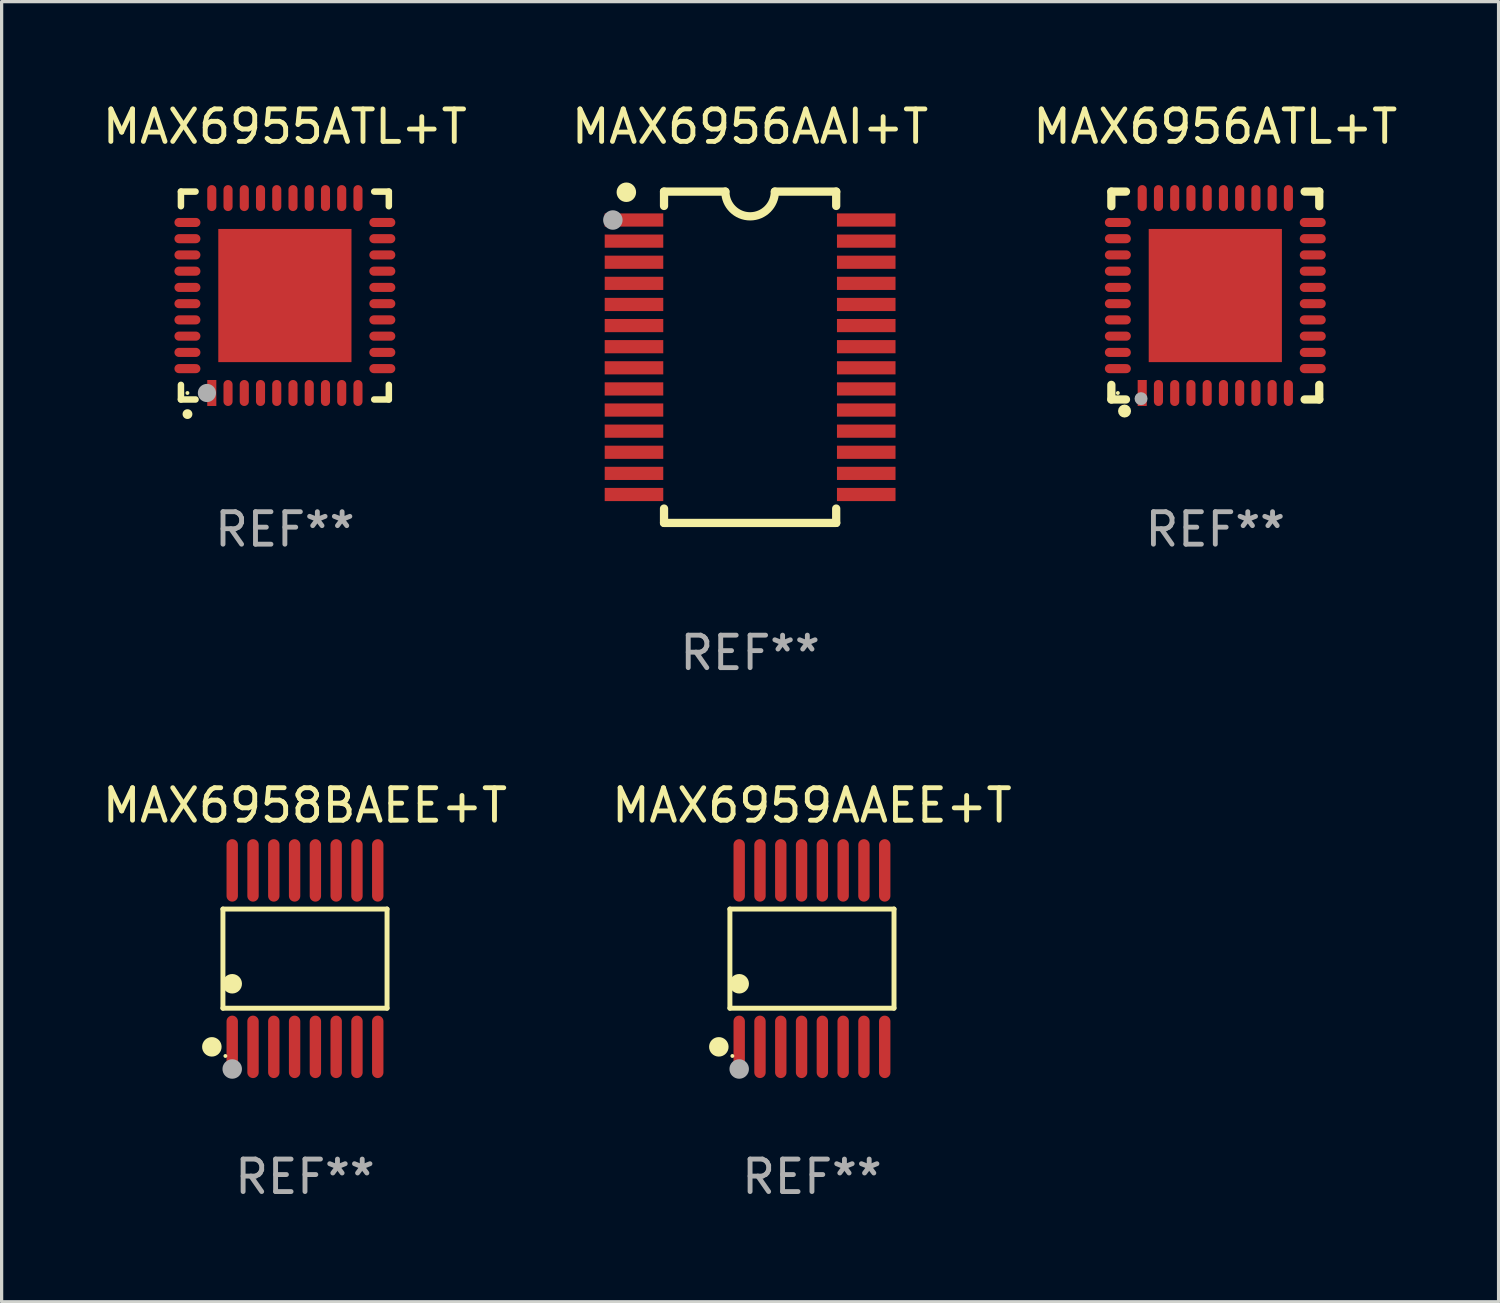
<source format=kicad_pcb>
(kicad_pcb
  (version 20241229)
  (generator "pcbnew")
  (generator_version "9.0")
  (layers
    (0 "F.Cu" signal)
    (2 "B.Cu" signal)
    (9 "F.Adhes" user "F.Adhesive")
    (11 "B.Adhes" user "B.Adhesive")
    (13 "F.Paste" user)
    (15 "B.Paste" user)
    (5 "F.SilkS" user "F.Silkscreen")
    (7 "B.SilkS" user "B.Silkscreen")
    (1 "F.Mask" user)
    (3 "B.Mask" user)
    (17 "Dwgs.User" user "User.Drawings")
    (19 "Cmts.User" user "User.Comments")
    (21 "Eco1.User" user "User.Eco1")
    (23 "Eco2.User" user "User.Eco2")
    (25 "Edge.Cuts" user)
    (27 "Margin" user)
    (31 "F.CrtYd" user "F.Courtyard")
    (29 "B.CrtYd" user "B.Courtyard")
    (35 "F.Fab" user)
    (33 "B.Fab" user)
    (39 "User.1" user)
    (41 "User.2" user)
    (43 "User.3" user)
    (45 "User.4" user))
  (footprint "MAX6955ATL+T"
    (layer "F.Cu")
    (at 5.72 6.048)
    (property "Reference" "MAX6955ATL+T" (at 0 -5.2 0) (layer "F.SilkS") (effects (font (size 1 1) (thickness 0.15))))
    (attr through_hole)
    (fp_line (start -3.2 -3.2) (end -3.2 -2.75) (stroke (width 0.2) (type solid)) (layer "F.SilkS"))
    (fp_line (start -3.2 3.2) (end -3.2 2.75) (stroke (width 0.2) (type solid)) (layer "F.SilkS"))
    (fp_line (start -2.75 -3.2) (end -3.2 -3.2) (stroke (width 0.2) (type solid)) (layer "F.SilkS"))
    (fp_line (start -2.75 3.2) (end -3.2 3.2) (stroke (width 0.2) (type solid)) (layer "F.SilkS"))
    (fp_line (start 3.2 -3.2) (end 2.75 -3.2) (stroke (width 0.2) (type solid)) (layer "F.SilkS"))
    (fp_line (start 3.2 -2.75) (end 3.2 -3.2) (stroke (width 0.2) (type solid)) (layer "F.SilkS"))
    (fp_line (start 3.2 2.75) (end 3.2 3.2) (stroke (width 0.2) (type solid)) (layer "F.SilkS"))
    (fp_line (start 3.2 3.2) (end 2.75 3.2) (stroke (width 0.2) (type solid)) (layer "F.SilkS"))
    (fp_arc (start -2.999746 3.649987) (mid -2.998476 3.649982) (end -2.997206 3.649987) (stroke (width 0.3) (type solid)) (layer "F.SilkS"))
    (fp_circle (center -3 3) (end -2.97 3) (stroke (width 0.06) (type solid)) (fill no) (layer "F.SilkS"))
    (fp_circle (center -2.4 3) (end -2.26 3) (stroke (width 0.28) (type solid)) (fill no) (layer "F.Fab"))
    (fp_text user "REF**" (at 0 7.2 0) (layer "F.Fab") (effects (font (size 1 1) (thickness 0.15))))
    (pad "1" smd rect (at -2.25 3) (size 0.28 0.8) (layers "F.Cu" "F.Mask" "F.Paste"))
    (pad "2" smd oval (at -1.75 3) (size 0.28 0.8) (layers "F.Cu" "F.Mask" "F.Paste"))
    (pad "3" smd oval (at -1.25 3) (size 0.28 0.8) (layers "F.Cu" "F.Mask" "F.Paste"))
    (pad "4" smd oval (at -0.75 3) (size 0.28 0.8) (layers "F.Cu" "F.Mask" "F.Paste"))
    (pad "5" smd oval (at -0.25 3) (size 0.28 0.8) (layers "F.Cu" "F.Mask" "F.Paste"))
    (pad "6" smd oval (at 0.25 3) (size 0.28 0.8) (layers "F.Cu" "F.Mask" "F.Paste"))
    (pad "7" smd oval (at 0.75 3) (size 0.28 0.8) (layers "F.Cu" "F.Mask" "F.Paste"))
    (pad "8" smd oval (at 1.25 3) (size 0.28 0.8) (layers "F.Cu" "F.Mask" "F.Paste"))
    (pad "9" smd oval (at 1.75 3) (size 0.28 0.8) (layers "F.Cu" "F.Mask" "F.Paste"))
    (pad "10" smd oval (at 2.25 3) (size 0.28 0.8) (layers "F.Cu" "F.Mask" "F.Paste"))
    (pad "11" smd oval (at 3 2.25) (size 0.8 0.28) (layers "F.Cu" "F.Mask" "F.Paste"))
    (pad "12" smd oval (at 3 1.75) (size 0.8 0.28) (layers "F.Cu" "F.Mask" "F.Paste"))
    (pad "13" smd oval (at 3 1.25) (size 0.8 0.28) (layers "F.Cu" "F.Mask" "F.Paste"))
    (pad "14" smd oval (at 3 0.75) (size 0.8 0.28) (layers "F.Cu" "F.Mask" "F.Paste"))
    (pad "15" smd oval (at 3 0.25) (size 0.8 0.28) (layers "F.Cu" "F.Mask" "F.Paste"))
    (pad "16" smd oval (at 3 -0.25) (size 0.8 0.28) (layers "F.Cu" "F.Mask" "F.Paste"))
    (pad "17" smd oval (at 3 -0.75) (size 0.8 0.28) (layers "F.Cu" "F.Mask" "F.Paste"))
    (pad "18" smd oval (at 3 -1.25) (size 0.8 0.28) (layers "F.Cu" "F.Mask" "F.Paste"))
    (pad "19" smd oval (at 3 -1.75) (size 0.8 0.28) (layers "F.Cu" "F.Mask" "F.Paste"))
    (pad "20" smd oval (at 3 -2.25) (size 0.8 0.28) (layers "F.Cu" "F.Mask" "F.Paste"))
    (pad "21" smd oval (at 2.25 -3) (size 0.28 0.8) (layers "F.Cu" "F.Mask" "F.Paste"))
    (pad "22" smd oval (at 1.75 -3) (size 0.28 0.8) (layers "F.Cu" "F.Mask" "F.Paste"))
    (pad "23" smd oval (at 1.25 -3) (size 0.28 0.8) (layers "F.Cu" "F.Mask" "F.Paste"))
    (pad "24" smd oval (at 0.75 -3) (size 0.28 0.8) (layers "F.Cu" "F.Mask" "F.Paste"))
    (pad "25" smd oval (at 0.25 -3) (size 0.28 0.8) (layers "F.Cu" "F.Mask" "F.Paste"))
    (pad "26" smd oval (at -0.25 -3) (size 0.28 0.8) (layers "F.Cu" "F.Mask" "F.Paste"))
    (pad "27" smd oval (at -0.75 -3) (size 0.28 0.8) (layers "F.Cu" "F.Mask" "F.Paste"))
    (pad "28" smd oval (at -1.25 -3) (size 0.28 0.8) (layers "F.Cu" "F.Mask" "F.Paste"))
    (pad "29" smd oval (at -1.75 -3) (size 0.28 0.8) (layers "F.Cu" "F.Mask" "F.Paste"))
    (pad "30" smd oval (at -2.25 -3) (size 0.28 0.8) (layers "F.Cu" "F.Mask" "F.Paste"))
    (pad "31" smd oval (at -3 -2.25) (size 0.8 0.28) (layers "F.Cu" "F.Mask" "F.Paste"))
    (pad "32" smd oval (at -3 -1.75) (size 0.8 0.28) (layers "F.Cu" "F.Mask" "F.Paste"))
    (pad "33" smd oval (at -3 -1.25) (size 0.8 0.28) (layers "F.Cu" "F.Mask" "F.Paste"))
    (pad "34" smd oval (at -3 -0.75) (size 0.8 0.28) (layers "F.Cu" "F.Mask" "F.Paste"))
    (pad "35" smd oval (at -3 -0.25) (size 0.8 0.28) (layers "F.Cu" "F.Mask" "F.Paste"))
    (pad "36" smd oval (at -3 0.25) (size 0.8 0.28) (layers "F.Cu" "F.Mask" "F.Paste"))
    (pad "37" smd oval (at -3 0.75) (size 0.8 0.28) (layers "F.Cu" "F.Mask" "F.Paste"))
    (pad "38" smd oval (at -3 1.25) (size 0.8 0.28) (layers "F.Cu" "F.Mask" "F.Paste"))
    (pad "39" smd oval (at -3 1.75) (size 0.8 0.28) (layers "F.Cu" "F.Mask" "F.Paste"))
    (pad "40" smd oval (at -3 2.25) (size 0.8 0.28) (layers "F.Cu" "F.Mask" "F.Paste"))
    (pad "41" smd rect (at 0.000051 0.000051) (size 4.1 4.1) (layers "F.Cu" "F.Mask" "F.Paste")))
  (footprint "MAX6956AAI+T"
    (layer "F.Cu")
    (at 20.042 7.948)
    (property "Reference" "MAX6956AAI+T" (at 0 -7.1 0) (layer "F.SilkS") (effects (font (size 1 1) (thickness 0.15))))
    (attr through_hole)
    (fp_line (start -2.65 -5.1) (end -0.762 -5.1) (stroke (width 0.254) (type solid)) (layer "F.SilkS"))
    (fp_line (start -2.65 -4.658) (end -2.65 -5.1) (stroke (width 0.254) (type solid)) (layer "F.SilkS"))
    (fp_line (start -2.65 5.1) (end -2.65 4.658) (stroke (width 0.254) (type solid)) (layer "F.SilkS"))
    (fp_line (start -2.65 5.1) (end 2.65 5.1) (stroke (width 0.254) (type solid)) (layer "F.SilkS"))
    (fp_line (start 2.65 -5.1) (end 0.762 -5.1) (stroke (width 0.254) (type solid)) (layer "F.SilkS"))
    (fp_line (start 2.65 -5.1) (end 2.65 -4.658) (stroke (width 0.254) (type solid)) (layer "F.SilkS"))
    (fp_line (start 2.65 4.658) (end 2.65 5.1) (stroke (width 0.254) (type solid)) (layer "F.SilkS"))
    (fp_arc (start 0.761925 -5.1) (mid -0.000241 -4.338329) (end -0.762077 -5.10033) (stroke (width 0.254001) (type solid)) (layer "F.SilkS"))
    (fp_circle (center -3.858 -5.07) (end -3.828 -5.07) (stroke (width 0.06) (type solid)) (fill no) (layer "F.SilkS"))
    (fp_circle (center -3.81 -5.08) (end -3.66 -5.08) (stroke (width 0.3) (type solid)) (fill no) (layer "F.SilkS"))
    (fp_circle (center -4.225 -4.225) (end -4.075 -4.225) (stroke (width 0.3) (type solid)) (fill no) (layer "F.Fab"))
    (fp_text user "REF**" (at 0 9.1 0) (layer "F.Fab") (effects (font (size 1 1) (thickness 0.15))))
    (pad "1" smd rect (at -3.575 -4.225) (size 1.803 0.406) (layers "F.Cu" "F.Mask" "F.Paste"))
    (pad "2" smd rect (at -3.575 -3.575) (size 1.803 0.406) (layers "F.Cu" "F.Mask" "F.Paste"))
    (pad "3" smd rect (at -3.575 -2.925) (size 1.803 0.406) (layers "F.Cu" "F.Mask" "F.Paste"))
    (pad "4" smd rect (at -3.575 -2.275) (size 1.803 0.406) (layers "F.Cu" "F.Mask" "F.Paste"))
    (pad "5" smd rect (at -3.575 -1.625) (size 1.803 0.406) (layers "F.Cu" "F.Mask" "F.Paste"))
    (pad "6" smd rect (at -3.575 -0.975) (size 1.803 0.406) (layers "F.Cu" "F.Mask" "F.Paste"))
    (pad "7" smd rect (at -3.575 -0.325) (size 1.803 0.406) (layers "F.Cu" "F.Mask" "F.Paste"))
    (pad "8" smd rect (at -3.575 0.325) (size 1.803 0.406) (layers "F.Cu" "F.Mask" "F.Paste"))
    (pad "9" smd rect (at -3.575 0.975) (size 1.803 0.406) (layers "F.Cu" "F.Mask" "F.Paste"))
    (pad "10" smd rect (at -3.575 1.625) (size 1.803 0.406) (layers "F.Cu" "F.Mask" "F.Paste"))
    (pad "11" smd rect (at -3.575 2.275) (size 1.803 0.406) (layers "F.Cu" "F.Mask" "F.Paste"))
    (pad "12" smd rect (at -3.575 2.925) (size 1.803 0.406) (layers "F.Cu" "F.Mask" "F.Paste"))
    (pad "13" smd rect (at -3.575 3.575) (size 1.803 0.406) (layers "F.Cu" "F.Mask" "F.Paste"))
    (pad "14" smd rect (at -3.575 4.225) (size 1.803 0.406) (layers "F.Cu" "F.Mask" "F.Paste"))
    (pad "15" smd rect (at 3.575 4.225) (size 1.803 0.406) (layers "F.Cu" "F.Mask" "F.Paste"))
    (pad "16" smd rect (at 3.575 3.575) (size 1.803 0.406) (layers "F.Cu" "F.Mask" "F.Paste"))
    (pad "17" smd rect (at 3.575 2.925) (size 1.803 0.406) (layers "F.Cu" "F.Mask" "F.Paste"))
    (pad "18" smd rect (at 3.575 2.275) (size 1.803 0.406) (layers "F.Cu" "F.Mask" "F.Paste"))
    (pad "19" smd rect (at 3.575 1.625) (size 1.803 0.406) (layers "F.Cu" "F.Mask" "F.Paste"))
    (pad "20" smd rect (at 3.575 0.975) (size 1.803 0.406) (layers "F.Cu" "F.Mask" "F.Paste"))
    (pad "21" smd rect (at 3.575 0.325) (size 1.803 0.406) (layers "F.Cu" "F.Mask" "F.Paste"))
    (pad "22" smd rect (at 3.575 -0.325) (size 1.803 0.406) (layers "F.Cu" "F.Mask" "F.Paste"))
    (pad "23" smd rect (at 3.575 -0.975) (size 1.803 0.406) (layers "F.Cu" "F.Mask" "F.Paste"))
    (pad "24" smd rect (at 3.575 -1.625) (size 1.803 0.406) (layers "F.Cu" "F.Mask" "F.Paste"))
    (pad "25" smd rect (at 3.575 -2.275) (size 1.803 0.406) (layers "F.Cu" "F.Mask" "F.Paste"))
    (pad "26" smd rect (at 3.575 -2.925) (size 1.803 0.406) (layers "F.Cu" "F.Mask" "F.Paste"))
    (pad "27" smd rect (at 3.575 -3.575) (size 1.803 0.406) (layers "F.Cu" "F.Mask" "F.Paste"))
    (pad "28" smd rect (at 3.575 -4.225) (size 1.803 0.406) (layers "F.Cu" "F.Mask" "F.Paste")))
  (footprint "MAX6956ATL+T"
    (layer "F.Cu")
    (at 34.363 6.048)
    (property "Reference" "MAX6956ATL+T" (at 0 -5.2 0) (layer "F.SilkS") (effects (font (size 1 1) (thickness 0.15))))
    (attr through_hole)
    (fp_line (start -3.2 -3.2) (end -3.2 -2.75) (stroke (width 0.254) (type solid)) (layer "F.SilkS"))
    (fp_line (start -3.2 3.2) (end -3.2 2.75) (stroke (width 0.254) (type solid)) (layer "F.SilkS"))
    (fp_line (start -2.75 -3.2) (end -3.2 -3.2) (stroke (width 0.254) (type solid)) (layer "F.SilkS"))
    (fp_line (start -2.75 3.2) (end -3.2 3.2) (stroke (width 0.254) (type solid)) (layer "F.SilkS"))
    (fp_line (start 3.2 -3.2) (end 2.75 -3.2) (stroke (width 0.254) (type solid)) (layer "F.SilkS"))
    (fp_line (start 3.2 -2.75) (end 3.2 -3.2) (stroke (width 0.254) (type solid)) (layer "F.SilkS"))
    (fp_line (start 3.2 2.75) (end 3.2 3.2) (stroke (width 0.254) (type solid)) (layer "F.SilkS"))
    (fp_line (start 3.2 3.2) (end 2.75 3.2) (stroke (width 0.254) (type solid)) (layer "F.SilkS"))
    (fp_circle (center -3 3) (end -2.97 3) (stroke (width 0.06) (type solid)) (fill no) (layer "F.SilkS"))
    (fp_circle (center -2.794 3.556) (end -2.694 3.556) (stroke (width 0.2) (type solid)) (fill no) (layer "F.SilkS"))
    (fp_circle (center -2.286 3.175) (end -2.186 3.175) (stroke (width 0.2) (type solid)) (fill no) (layer "F.Fab"))
    (fp_text user "REF**" (at 0 7.2 0) (layer "F.Fab") (effects (font (size 1 1) (thickness 0.15))))
    (pad "1" smd rect (at -2.25 3 180) (size 0.28 0.8) (layers "F.Cu" "F.Mask" "F.Paste"))
    (pad "2" smd oval (at -1.75 3 180) (size 0.28 0.8) (layers "F.Cu" "F.Mask" "F.Paste"))
    (pad "3" smd oval (at -1.25 3 180) (size 0.28 0.8) (layers "F.Cu" "F.Mask" "F.Paste"))
    (pad "4" smd oval (at -0.75 3 180) (size 0.28 0.8) (layers "F.Cu" "F.Mask" "F.Paste"))
    (pad "5" smd oval (at -0.25 3 180) (size 0.28 0.8) (layers "F.Cu" "F.Mask" "F.Paste"))
    (pad "6" smd oval (at 0.25 3 180) (size 0.28 0.8) (layers "F.Cu" "F.Mask" "F.Paste"))
    (pad "7" smd oval (at 0.75 3 180) (size 0.28 0.8) (layers "F.Cu" "F.Mask" "F.Paste"))
    (pad "8" smd oval (at 1.25 3 180) (size 0.28 0.8) (layers "F.Cu" "F.Mask" "F.Paste"))
    (pad "9" smd oval (at 1.75 3 180) (size 0.28 0.8) (layers "F.Cu" "F.Mask" "F.Paste"))
    (pad "10" smd oval (at 2.25 3 180) (size 0.28 0.8) (layers "F.Cu" "F.Mask" "F.Paste"))
    (pad "11" smd oval (at 3 2.25 90) (size 0.28 0.8) (layers "F.Cu" "F.Mask" "F.Paste"))
    (pad "12" smd oval (at 3 1.75 90) (size 0.28 0.8) (layers "F.Cu" "F.Mask" "F.Paste"))
    (pad "13" smd oval (at 3 1.25 90) (size 0.28 0.8) (layers "F.Cu" "F.Mask" "F.Paste"))
    (pad "14" smd oval (at 3 0.75 90) (size 0.28 0.8) (layers "F.Cu" "F.Mask" "F.Paste"))
    (pad "15" smd oval (at 3 0.25 90) (size 0.28 0.8) (layers "F.Cu" "F.Mask" "F.Paste"))
    (pad "16" smd oval (at 3 -0.25 90) (size 0.28 0.8) (layers "F.Cu" "F.Mask" "F.Paste"))
    (pad "17" smd oval (at 3 -0.75 90) (size 0.28 0.8) (layers "F.Cu" "F.Mask" "F.Paste"))
    (pad "18" smd oval (at 3 -1.25 90) (size 0.28 0.8) (layers "F.Cu" "F.Mask" "F.Paste"))
    (pad "19" smd oval (at 3 -1.75 90) (size 0.28 0.8) (layers "F.Cu" "F.Mask" "F.Paste"))
    (pad "20" smd oval (at 3 -2.25 90) (size 0.28 0.8) (layers "F.Cu" "F.Mask" "F.Paste"))
    (pad "21" smd oval (at 2.25 -3 180) (size 0.28 0.8) (layers "F.Cu" "F.Mask" "F.Paste"))
    (pad "22" smd oval (at 1.75 -3 180) (size 0.28 0.8) (layers "F.Cu" "F.Mask" "F.Paste"))
    (pad "23" smd oval (at 1.25 -3 180) (size 0.28 0.8) (layers "F.Cu" "F.Mask" "F.Paste"))
    (pad "24" smd oval (at 0.75 -3 180) (size 0.28 0.8) (layers "F.Cu" "F.Mask" "F.Paste"))
    (pad "25" smd oval (at 0.25 -3 180) (size 0.28 0.8) (layers "F.Cu" "F.Mask" "F.Paste"))
    (pad "26" smd oval (at -0.25 -3 180) (size 0.28 0.8) (layers "F.Cu" "F.Mask" "F.Paste"))
    (pad "27" smd oval (at -0.75 -3 180) (size 0.28 0.8) (layers "F.Cu" "F.Mask" "F.Paste"))
    (pad "28" smd oval (at -1.25 -3 180) (size 0.28 0.8) (layers "F.Cu" "F.Mask" "F.Paste"))
    (pad "29" smd oval (at -1.75 -3 180) (size 0.28 0.8) (layers "F.Cu" "F.Mask" "F.Paste"))
    (pad "30" smd oval (at -2.25 -3 180) (size 0.28 0.8) (layers "F.Cu" "F.Mask" "F.Paste"))
    (pad "31" smd oval (at -3 -2.25 90) (size 0.28 0.8) (layers "F.Cu" "F.Mask" "F.Paste"))
    (pad "32" smd oval (at -3 -1.75 90) (size 0.28 0.8) (layers "F.Cu" "F.Mask" "F.Paste"))
    (pad "33" smd oval (at -3 -1.25 90) (size 0.28 0.8) (layers "F.Cu" "F.Mask" "F.Paste"))
    (pad "34" smd oval (at -3 -0.75 90) (size 0.28 0.8) (layers "F.Cu" "F.Mask" "F.Paste"))
    (pad "35" smd oval (at -3 -0.25 90) (size 0.28 0.8) (layers "F.Cu" "F.Mask" "F.Paste"))
    (pad "36" smd oval (at -3 0.25 90) (size 0.28 0.8) (layers "F.Cu" "F.Mask" "F.Paste"))
    (pad "37" smd oval (at -3 0.75 90) (size 0.28 0.8) (layers "F.Cu" "F.Mask" "F.Paste"))
    (pad "38" smd oval (at -3 1.25 90) (size 0.28 0.8) (layers "F.Cu" "F.Mask" "F.Paste"))
    (pad "39" smd oval (at -3 1.75 90) (size 0.28 0.8) (layers "F.Cu" "F.Mask" "F.Paste"))
    (pad "40" smd oval (at -3 2.25 90) (size 0.28 0.8) (layers "F.Cu" "F.Mask" "F.Paste"))
    (pad "41" smd rect (at 0.000025 0.000025 90) (size 4.1 4.1) (layers "F.Cu" "F.Mask" "F.Paste")))
  (footprint "MAX6959AAEE+T"
    (layer "F.Cu")
    (at 21.946 26.461)
    (property "Reference" "MAX6959AAEE+T" (at 0 -4.716 0) (layer "F.SilkS") (effects (font (size 1 1) (thickness 0.15))))
    (attr through_hole)
    (fp_line (start -2.526 -1.526) (end 2.526 -1.526) (stroke (width 0.152) (type solid)) (layer "F.SilkS"))
    (fp_line (start -2.526 1.526) (end -2.526 -1.526) (stroke (width 0.152) (type solid)) (layer "F.SilkS"))
    (fp_line (start 2.526 -1.526) (end 2.526 1.526) (stroke (width 0.152) (type solid)) (layer "F.SilkS"))
    (fp_line (start 2.526 1.526) (end -2.526 1.526) (stroke (width 0.152) (type solid)) (layer "F.SilkS"))
    (fp_circle (center -2.867 2.716) (end -2.717 2.716) (stroke (width 0.3) (type solid)) (fill no) (layer "F.SilkS"))
    (fp_circle (center -2.45 2.997) (end -2.42 2.997) (stroke (width 0.06) (type solid)) (fill no) (layer "F.SilkS"))
    (fp_circle (center -2.24 0.774) (end -2.09 0.774) (stroke (width 0.3) (type solid)) (fill no) (layer "F.SilkS"))
    (fp_circle (center -2.24 3.398) (end -2.09 3.398) (stroke (width 0.3) (type solid)) (fill no) (layer "F.Fab"))
    (fp_text user "REF**" (at 0 6.716 0) (layer "F.Fab") (effects (font (size 1 1) (thickness 0.15))))
    (pad "1" smd oval (at -2.24 2.716) (size 0.35 1.922) (layers "F.Cu" "F.Mask" "F.Paste"))
    (pad "2" smd oval (at -1.6 2.716) (size 0.35 1.922) (layers "F.Cu" "F.Mask" "F.Paste"))
    (pad "3" smd oval (at -0.96 2.716) (size 0.35 1.922) (layers "F.Cu" "F.Mask" "F.Paste"))
    (pad "4" smd oval (at -0.32 2.716) (size 0.35 1.922) (layers "F.Cu" "F.Mask" "F.Paste"))
    (pad "5" smd oval (at 0.32 2.716) (size 0.35 1.922) (layers "F.Cu" "F.Mask" "F.Paste"))
    (pad "6" smd oval (at 0.96 2.716) (size 0.35 1.922) (layers "F.Cu" "F.Mask" "F.Paste"))
    (pad "7" smd oval (at 1.6 2.716) (size 0.35 1.922) (layers "F.Cu" "F.Mask" "F.Paste"))
    (pad "8" smd oval (at 2.24 2.716) (size 0.35 1.922) (layers "F.Cu" "F.Mask" "F.Paste"))
    (pad "9" smd oval (at 2.24 -2.716) (size 0.35 1.922) (layers "F.Cu" "F.Mask" "F.Paste"))
    (pad "10" smd oval (at 1.6 -2.716) (size 0.35 1.922) (layers "F.Cu" "F.Mask" "F.Paste"))
    (pad "11" smd oval (at 0.96 -2.716) (size 0.35 1.922) (layers "F.Cu" "F.Mask" "F.Paste"))
    (pad "12" smd oval (at 0.32 -2.716) (size 0.35 1.922) (layers "F.Cu" "F.Mask" "F.Paste"))
    (pad "13" smd oval (at -0.32 -2.716) (size 0.35 1.922) (layers "F.Cu" "F.Mask" "F.Paste"))
    (pad "14" smd oval (at -0.96 -2.716) (size 0.35 1.922) (layers "F.Cu" "F.Mask" "F.Paste"))
    (pad "15" smd oval (at -1.6 -2.716) (size 0.35 1.922) (layers "F.Cu" "F.Mask" "F.Paste"))
    (pad "16" smd oval (at -2.24 -2.716) (size 0.35 1.922) (layers "F.Cu" "F.Mask" "F.Paste")))
  (footprint "MAX6958BAEE+T"
    (layer "F.Cu")
    (at 6.339 26.461)
    (property "Reference" "MAX6958BAEE+T" (at 0 -4.716 0) (layer "F.SilkS") (effects (font (size 1 1) (thickness 0.15))))
    (attr through_hole)
    (fp_line (start -2.526 -1.526) (end 2.526 -1.526) (stroke (width 0.152) (type solid)) (layer "F.SilkS"))
    (fp_line (start -2.526 1.526) (end -2.526 -1.526) (stroke (width 0.152) (type solid)) (layer "F.SilkS"))
    (fp_line (start 2.526 -1.526) (end 2.526 1.526) (stroke (width 0.152) (type solid)) (layer "F.SilkS"))
    (fp_line (start 2.526 1.526) (end -2.526 1.526) (stroke (width 0.152) (type solid)) (layer "F.SilkS"))
    (fp_circle (center -2.867 2.716) (end -2.717 2.716) (stroke (width 0.3) (type solid)) (fill no) (layer "F.SilkS"))
    (fp_circle (center -2.45 2.997) (end -2.42 2.997) (stroke (width 0.06) (type solid)) (fill no) (layer "F.SilkS"))
    (fp_circle (center -2.24 0.774) (end -2.09 0.774) (stroke (width 0.3) (type solid)) (fill no) (layer "F.SilkS"))
    (fp_circle (center -2.24 3.398) (end -2.09 3.398) (stroke (width 0.3) (type solid)) (fill no) (layer "F.Fab"))
    (fp_text user "REF**" (at 0 6.716 0) (layer "F.Fab") (effects (font (size 1 1) (thickness 0.15))))
    (pad "1" smd oval (at -2.24 2.716) (size 0.35 1.922) (layers "F.Cu" "F.Mask" "F.Paste"))
    (pad "2" smd oval (at -1.6 2.716) (size 0.35 1.922) (layers "F.Cu" "F.Mask" "F.Paste"))
    (pad "3" smd oval (at -0.96 2.716) (size 0.35 1.922) (layers "F.Cu" "F.Mask" "F.Paste"))
    (pad "4" smd oval (at -0.32 2.716) (size 0.35 1.922) (layers "F.Cu" "F.Mask" "F.Paste"))
    (pad "5" smd oval (at 0.32 2.716) (size 0.35 1.922) (layers "F.Cu" "F.Mask" "F.Paste"))
    (pad "6" smd oval (at 0.96 2.716) (size 0.35 1.922) (layers "F.Cu" "F.Mask" "F.Paste"))
    (pad "7" smd oval (at 1.6 2.716) (size 0.35 1.922) (layers "F.Cu" "F.Mask" "F.Paste"))
    (pad "8" smd oval (at 2.24 2.716) (size 0.35 1.922) (layers "F.Cu" "F.Mask" "F.Paste"))
    (pad "9" smd oval (at 2.24 -2.716) (size 0.35 1.922) (layers "F.Cu" "F.Mask" "F.Paste"))
    (pad "10" smd oval (at 1.6 -2.716) (size 0.35 1.922) (layers "F.Cu" "F.Mask" "F.Paste"))
    (pad "11" smd oval (at 0.96 -2.716) (size 0.35 1.922) (layers "F.Cu" "F.Mask" "F.Paste"))
    (pad "12" smd oval (at 0.32 -2.716) (size 0.35 1.922) (layers "F.Cu" "F.Mask" "F.Paste"))
    (pad "13" smd oval (at -0.32 -2.716) (size 0.35 1.922) (layers "F.Cu" "F.Mask" "F.Paste"))
    (pad "14" smd oval (at -0.96 -2.716) (size 0.35 1.922) (layers "F.Cu" "F.Mask" "F.Paste"))
    (pad "15" smd oval (at -1.6 -2.716) (size 0.35 1.922) (layers "F.Cu" "F.Mask" "F.Paste"))
    (pad "16" smd oval (at -2.24 -2.716) (size 0.35 1.922) (layers "F.Cu" "F.Mask" "F.Paste")))
  (gr_rect
    (start -3 -3)
    (end 43.083 37.025)
    (stroke (width 0.1) (type default))
    (fill no)
    (layer "Edge.Cuts")))
</source>
